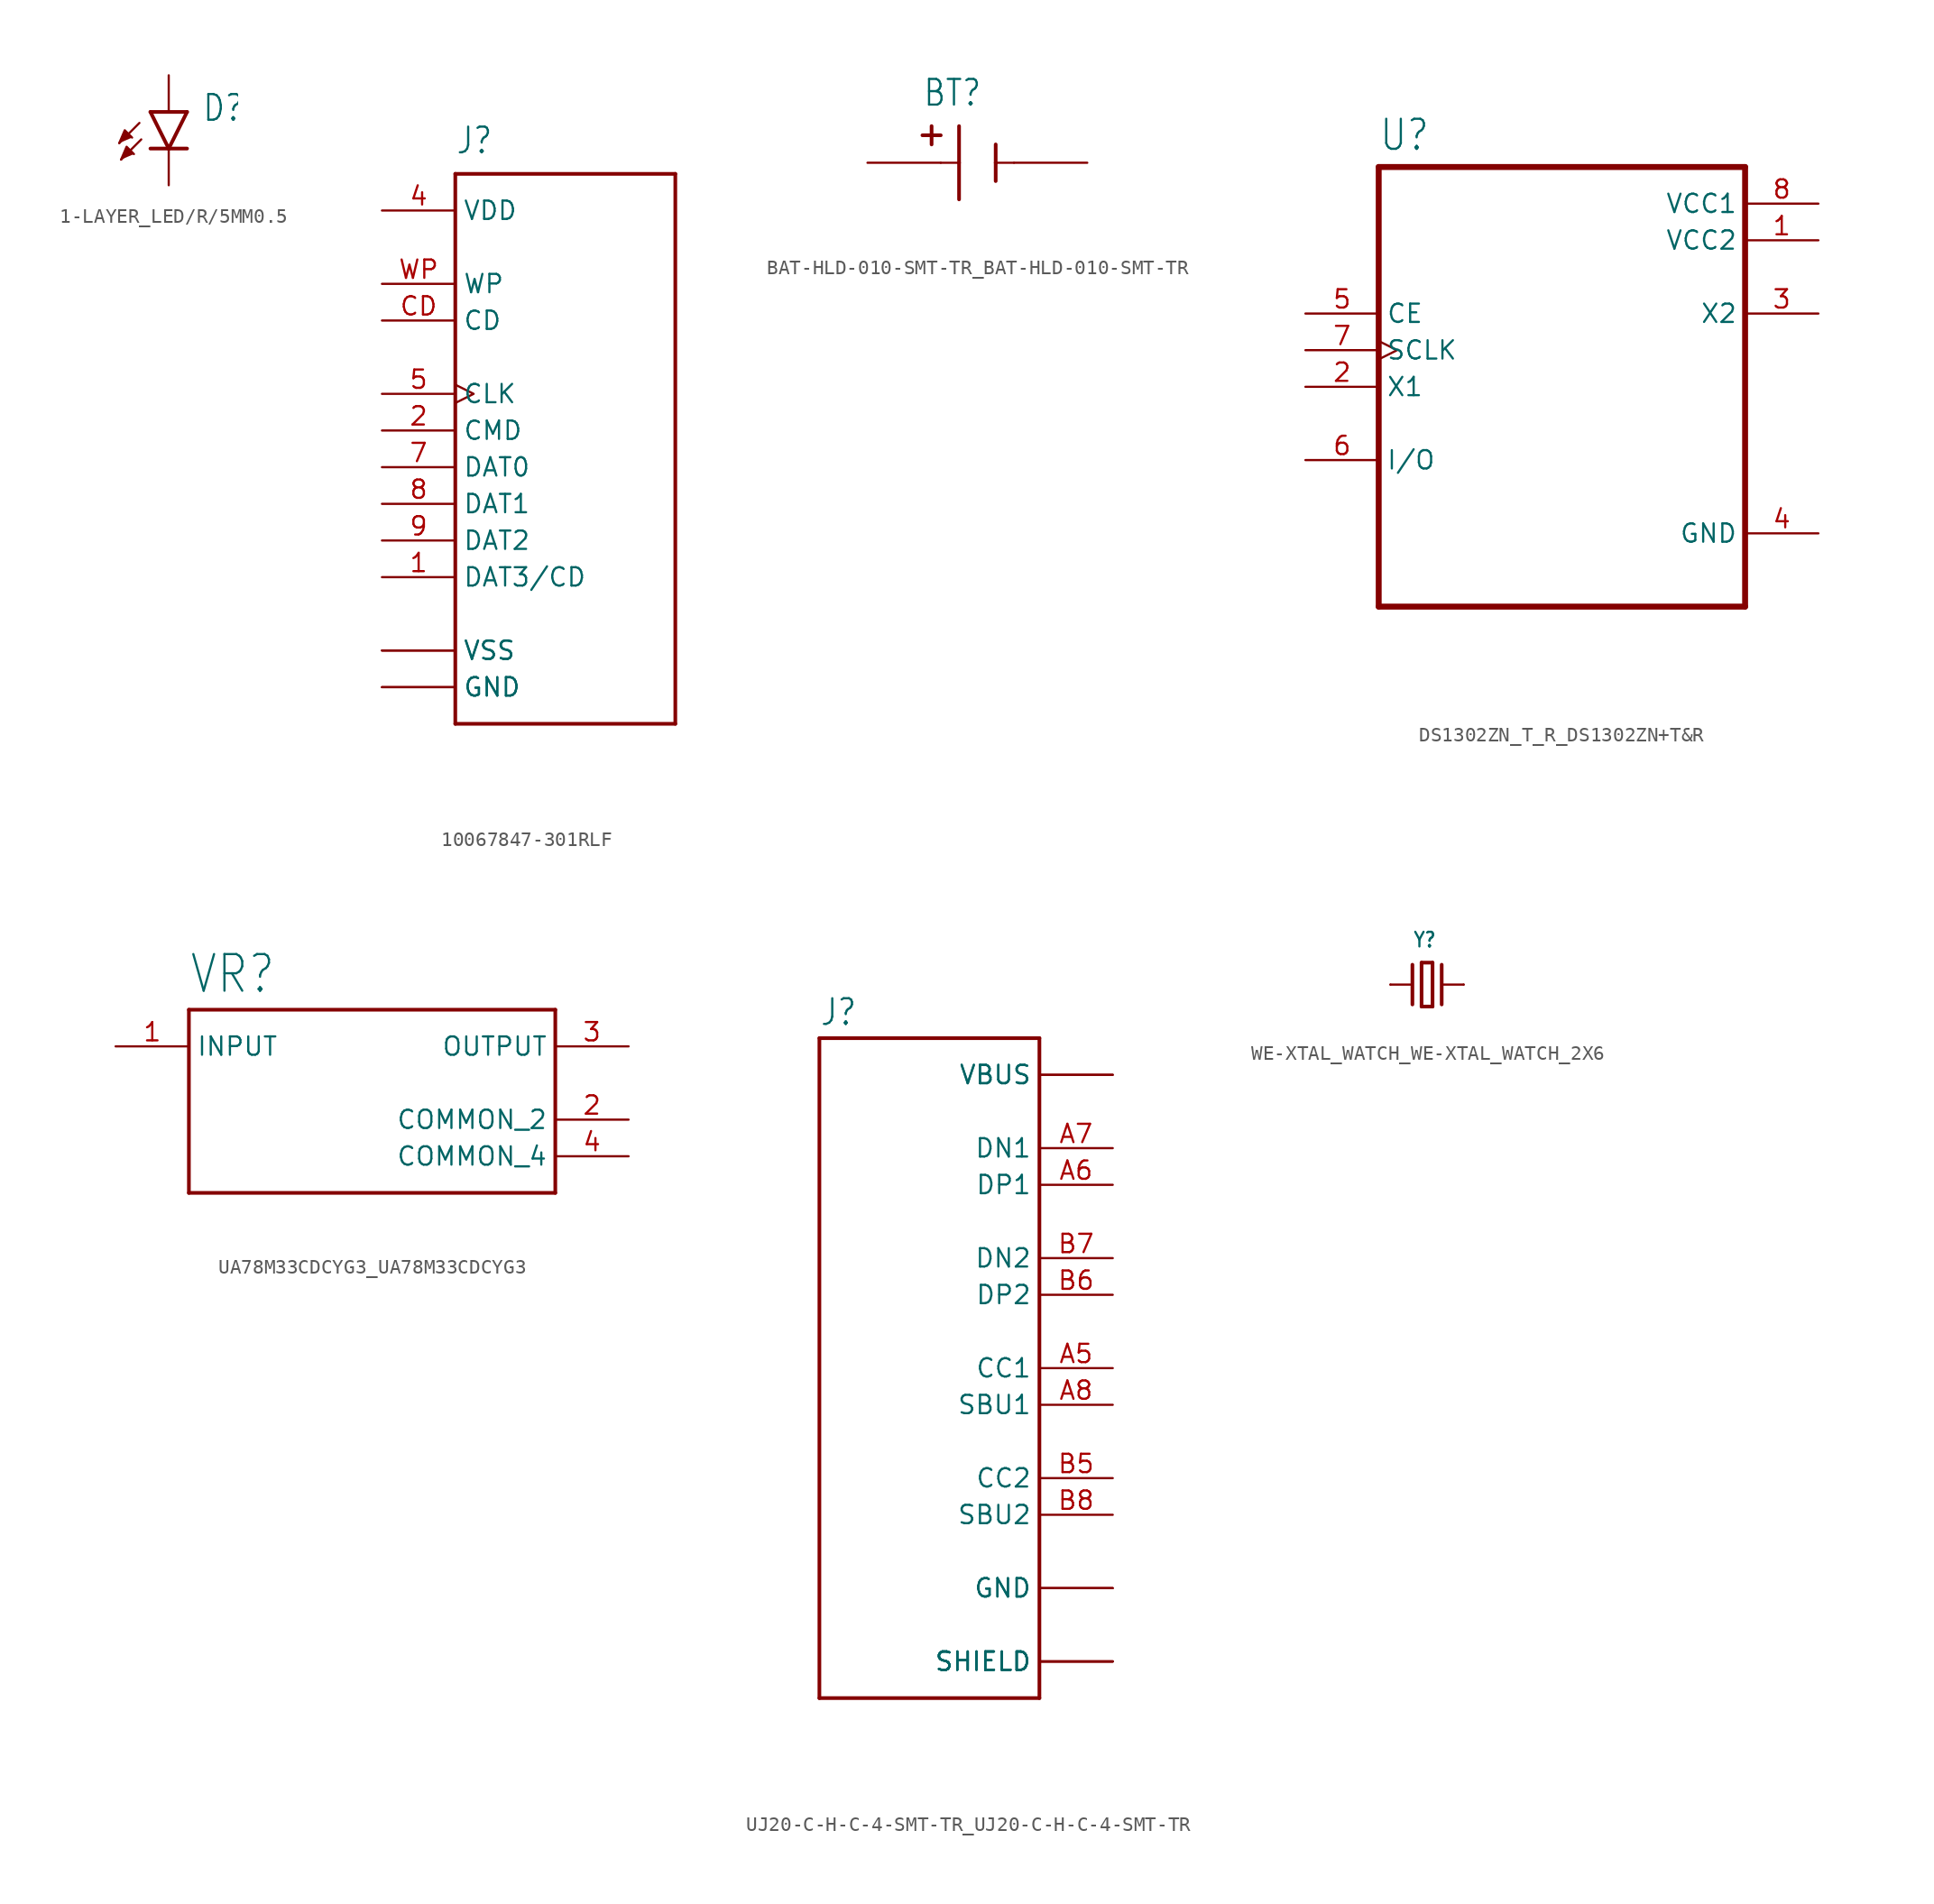
<source format=kicad_sym>
(kicad_symbol_lib
  (version 20231120)
  (generator "kicad_symbol_editor")
  (generator_version "8.0")
  (symbol "1-LAYER_LED/R/5MM0.5"
    (property "Reference" "D"
      (at 2.286 -0.762 0)
      (effects (font (size 1.778 1.511)) (justify left bottom)))
    (property "Value" ""
      (at 1.905 -3.302 0)
      (effects (font (size 1.778 1.511)) (justify left bottom)))
    (property "ki_locked" ""
      (at 0 0 0)
      (effects (font (size 1.27 1.27))))
    (symbol "1-LAYER_LED/R/5MM0.5_1_0"
      (polyline (pts (xy -2.032 -0.762) (xy -3.429 -2.159)) (stroke (width 0.152) (type solid)) (fill (type none)))
      (polyline (pts (xy -1.905 -1.905) (xy -3.302 -3.302)) (stroke (width 0.152) (type solid)) (fill (type none)))
      (polyline (pts (xy 0 -2.54) (xy -1.27 -2.54)) (stroke (width 0.254) (type solid)) (fill (type none)))
      (polyline (pts (xy 0 -2.54) (xy -1.27 0)) (stroke (width 0.254) (type solid)) (fill (type none)))
      (polyline (pts (xy 1.27 -2.54) (xy 0 -2.54)) (stroke (width 0.254) (type solid)) (fill (type none)))
      (polyline (pts (xy 1.27 0) (xy -1.27 0)) (stroke (width 0.254) (type solid)) (fill (type none)))
      (polyline (pts (xy 1.27 0) (xy 0 -2.54)) (stroke (width 0.254) (type solid)) (fill (type none)))
      (polyline (pts (xy -3.429 -2.159) (xy -3.048 -1.27) (xy -2.54 -1.778)) (stroke (width 0.152) (type solid)) (fill (type outline)))
      (polyline (pts (xy -3.302 -3.302) (xy -2.921 -2.413) (xy -2.413 -2.921)) (stroke (width 0.152) (type solid)) (fill (type outline)))
      (pin passive line (at 0 2.54 270) (length 2.54) (name "A" (effects (font (size 0 0)))) (number "1" (effects (font (size 0 0)))))
      (pin passive line (at 0 -5.08 90) (length 2.54) (name "C" (effects (font (size 0 0)))) (number "2" (effects (font (size 0 0)))))))
  (symbol "10067847-301RLF"
    (property "Reference" "J"
      (at -7.62 19.05 0)
      (effects (font (size 1.778 1.511)) (justify left bottom)))
    (property "Value" ""
      (at -7.62 -22.86 0)
      (effects (font (size 1.778 1.511)) (justify left bottom)))
    (property "ki_locked" ""
      (at 0 0 0)
      (effects (font (size 1.27 1.27))))
    (symbol "10067847-301RLF_1_0"
      (polyline (pts (xy -7.62 -20.32) (xy 7.62 -20.32)) (stroke (width 0.254) (type solid)) (fill (type none)))
      (polyline (pts (xy -7.62 17.78) (xy -7.62 -20.32)) (stroke (width 0.254) (type solid)) (fill (type none)))
      (polyline (pts (xy 7.62 -20.32) (xy 7.62 17.78)) (stroke (width 0.254) (type solid)) (fill (type none)))
      (polyline (pts (xy 7.62 17.78) (xy -7.62 17.78)) (stroke (width 0.254) (type solid)) (fill (type none)))
      (pin bidirectional line (at -12.7 -10.16 0) (length 5.08) (name "DAT3/CD" (effects (font (size 1.27 1.27)))) (number "1" (effects (font (size 1.27 1.27)))))
      (pin bidirectional line (at -12.7 0 0) (length 5.08) (name "CMD" (effects (font (size 1.27 1.27)))) (number "2" (effects (font (size 1.27 1.27)))))
      (pin power_in line (at -12.7 -15.24 0) (length 5.08) (name "VSS" (effects (font (size 1.27 1.27)))) (number "3" (effects (font (size 0 0)))))
      (pin power_in line (at -12.7 15.24 0) (length 5.08) (name "VDD" (effects (font (size 1.27 1.27)))) (number "4" (effects (font (size 1.27 1.27)))))
      (pin bidirectional clock (at -12.7 2.54 0) (length 5.08) (name "CLK" (effects (font (size 1.27 1.27)))) (number "5" (effects (font (size 1.27 1.27)))))
      (pin power_in line (at -12.7 -15.24 0) (length 5.08) (name "VSS" (effects (font (size 1.27 1.27)))) (number "6" (effects (font (size 0 0)))))
      (pin bidirectional line (at -12.7 -2.54 0) (length 5.08) (name "DAT0" (effects (font (size 1.27 1.27)))) (number "7" (effects (font (size 1.27 1.27)))))
      (pin bidirectional line (at -12.7 -5.08 0) (length 5.08) (name "DAT1" (effects (font (size 1.27 1.27)))) (number "8" (effects (font (size 1.27 1.27)))))
      (pin bidirectional line (at -12.7 -7.62 0) (length 5.08) (name "DAT2" (effects (font (size 1.27 1.27)))) (number "9" (effects (font (size 1.27 1.27)))))
      (pin input line (at -12.7 7.62 0) (length 5.08) (name "CD" (effects (font (size 1.27 1.27)))) (number "CD" (effects (font (size 1.27 1.27)))))
      (pin power_in line (at -12.7 -17.78 0) (length 5.08) (name "GND" (effects (font (size 1.27 1.27)))) (number "G1" (effects (font (size 0 0)))))
      (pin power_in line (at -12.7 -17.78 0) (length 5.08) (name "GND" (effects (font (size 1.27 1.27)))) (number "G2" (effects (font (size 0 0)))))
      (pin input line (at -12.7 10.16 0) (length 5.08) (name "WP" (effects (font (size 1.27 1.27)))) (number "WP" (effects (font (size 1.27 1.27)))))))
  (symbol "BAT-HLD-010-SMT-TR_BAT-HLD-010-SMT-TR"
    (property "Reference" "BT"
      (at -3.81 3.81 0)
      (effects (font (size 1.778 1.511)) (justify left bottom)))
    (property "Value" ""
      (at -3.81 -5.08 0)
      (effects (font (size 1.778 1.511)) (justify left bottom)))
    (property "ki_locked" ""
      (at 0 0 0)
      (effects (font (size 1.27 1.27))))
    (symbol "BAT-HLD-010-SMT-TR_BAT-HLD-010-SMT-TR_1_0"
      (polyline (pts (xy -3.81 1.905) (xy -2.54 1.905)) (stroke (width 0.254) (type solid)) (fill (type none)))
      (polyline (pts (xy -3.175 2.54) (xy -3.175 1.27)) (stroke (width 0.254) (type solid)) (fill (type none)))
      (polyline (pts (xy -1.27 0) (xy -2.54 0)) (stroke (width 0.152) (type solid)) (fill (type none)))
      (polyline (pts (xy -1.27 0) (xy -1.27 -2.54)) (stroke (width 0.254) (type solid)) (fill (type none)))
      (polyline (pts (xy -1.27 2.54) (xy -1.27 0)) (stroke (width 0.254) (type solid)) (fill (type none)))
      (polyline (pts (xy 1.27 0) (xy 1.27 -1.27)) (stroke (width 0.254) (type solid)) (fill (type none)))
      (polyline (pts (xy 1.27 0) (xy 2.54 0)) (stroke (width 0.152) (type solid)) (fill (type none)))
      (polyline (pts (xy 1.27 1.27) (xy 1.27 0)) (stroke (width 0.254) (type solid)) (fill (type none)))
      (pin passive line (at 7.62 0 180) (length 5.08) (name "N" (effects (font (size 0 0)))) (number "N" (effects (font (size 0 0)))))
      (pin passive line (at -7.62 0 0) (length 5.08) (name "P" (effects (font (size 0 0)))) (number "P" (effects (font (size 0 0)))))))
  (symbol "DS1302ZN_T_R_DS1302ZN+T&R"
    (property "Reference" "U"
      (at -12.7 16.24 0)
      (effects (font (size 2.083 1.77)) (justify left bottom)))
    (property "Value" ""
      (at -12.7 -19.24 0)
      (effects (font (size 2.083 1.77)) (justify left bottom)))
    (property "ki_locked" ""
      (at 0 0 0)
      (effects (font (size 1.27 1.27))))
    (symbol "DS1302ZN_T_R_DS1302ZN+T&R_1_0"
      (polyline (pts (xy -12.7 -15.24) (xy -12.7 15.24)) (stroke (width 0.41) (type solid)) (fill (type none)))
      (polyline (pts (xy -12.7 15.24) (xy 12.7 15.24)) (stroke (width 0.41) (type solid)) (fill (type none)))
      (polyline (pts (xy 12.7 -15.24) (xy -12.7 -15.24)) (stroke (width 0.41) (type solid)) (fill (type none)))
      (polyline (pts (xy 12.7 15.24) (xy 12.7 -15.24)) (stroke (width 0.41) (type solid)) (fill (type none)))
      (pin power_in line (at 17.78 10.16 180) (length 5.08) (name "VCC2" (effects (font (size 1.27 1.27)))) (number "1" (effects (font (size 1.27 1.27)))))
      (pin input line (at -17.78 0 0) (length 5.08) (name "X1" (effects (font (size 1.27 1.27)))) (number "2" (effects (font (size 1.27 1.27)))))
      (pin output line (at 17.78 5.08 180) (length 5.08) (name "X2" (effects (font (size 1.27 1.27)))) (number "3" (effects (font (size 1.27 1.27)))))
      (pin power_in line (at 17.78 -10.16 180) (length 5.08) (name "GND" (effects (font (size 1.27 1.27)))) (number "4" (effects (font (size 1.27 1.27)))))
      (pin input line (at -17.78 5.08 0) (length 5.08) (name "CE" (effects (font (size 1.27 1.27)))) (number "5" (effects (font (size 1.27 1.27)))))
      (pin bidirectional line (at -17.78 -5.08 0) (length 5.08) (name "I/O" (effects (font (size 1.27 1.27)))) (number "6" (effects (font (size 1.27 1.27)))))
      (pin input clock (at -17.78 2.54 0) (length 5.08) (name "SCLK" (effects (font (size 1.27 1.27)))) (number "7" (effects (font (size 1.27 1.27)))))
      (pin power_in line (at 17.78 12.7 180) (length 5.08) (name "VCC1" (effects (font (size 1.27 1.27)))) (number "8" (effects (font (size 1.27 1.27)))))))
  (symbol "UA78M33CDCYG3_UA78M33CDCYG3"
    (property "Reference" "VR"
      (at -12.7 6.08 0)
      (effects (font (size 2.54 2.159)) (justify left bottom)))
    (property "Value" ""
      (at -12.7 -9.08 0)
      (effects (font (size 2.54 2.159)) (justify left top)))
    (property "ki_locked" ""
      (at 0 0 0)
      (effects (font (size 1.27 1.27))))
    (symbol "UA78M33CDCYG3_UA78M33CDCYG3_1_0"
      (polyline (pts (xy -12.7 -7.62) (xy -12.7 5.08)) (stroke (width 0.254) (type solid)) (fill (type none)))
      (polyline (pts (xy -12.7 5.08) (xy 12.7 5.08)) (stroke (width 0.254) (type solid)) (fill (type none)))
      (polyline (pts (xy 12.7 -7.62) (xy -12.7 -7.62)) (stroke (width 0.254) (type solid)) (fill (type none)))
      (polyline (pts (xy 12.7 5.08) (xy 12.7 -7.62)) (stroke (width 0.254) (type solid)) (fill (type none)))
      (pin input line (at -17.78 2.54 0) (length 5.08) (name "INPUT" (effects (font (size 1.27 1.27)))) (number "1" (effects (font (size 1.27 1.27)))))
      (pin power_in line (at 17.78 -2.54 180) (length 5.08) (name "COMMON_2" (effects (font (size 1.27 1.27)))) (number "2" (effects (font (size 1.27 1.27)))))
      (pin output line (at 17.78 2.54 180) (length 5.08) (name "OUTPUT" (effects (font (size 1.27 1.27)))) (number "3" (effects (font (size 1.27 1.27)))))
      (pin power_in line (at 17.78 -5.08 180) (length 5.08) (name "COMMON_4" (effects (font (size 1.27 1.27)))) (number "4" (effects (font (size 1.27 1.27)))))))
  (symbol "UJ20-C-H-C-4-SMT-TR_UJ20-C-H-C-4-SMT-TR"
    (property "Reference" "J"
      (at -7.62 23.622 0)
      (effects (font (size 1.778 1.511)) (justify left bottom)))
    (property "Value" ""
      (at -7.62 -25.4 0)
      (effects (font (size 1.778 1.511)) (justify left bottom)))
    (property "ki_locked" ""
      (at 0 0 0)
      (effects (font (size 1.27 1.27))))
    (symbol "UJ20-C-H-C-4-SMT-TR_UJ20-C-H-C-4-SMT-TR_1_0"
      (polyline (pts (xy -7.62 -22.86) (xy -7.62 22.86)) (stroke (width 0.254) (type solid)) (fill (type none)))
      (polyline (pts (xy -7.62 22.86) (xy 7.62 22.86)) (stroke (width 0.254) (type solid)) (fill (type none)))
      (polyline (pts (xy 7.62 -22.86) (xy -7.62 -22.86)) (stroke (width 0.254) (type solid)) (fill (type none)))
      (polyline (pts (xy 7.62 22.86) (xy 7.62 -22.86)) (stroke (width 0.254) (type solid)) (fill (type none)))
      (pin passive line (at 12.7 -15.24 180) (length 5.08) (name "GND" (effects (font (size 1.27 1.27)))) (number "A12_B1" (effects (font (size 0 0)))))
      (pin passive line (at 12.7 -15.24 180) (length 5.08) (name "GND" (effects (font (size 1.27 1.27)))) (number "A1_B12" (effects (font (size 0 0)))))
      (pin passive line (at 12.7 20.32 180) (length 5.08) (name "VBUS" (effects (font (size 1.27 1.27)))) (number "A4_B9" (effects (font (size 0 0)))))
      (pin passive line (at 12.7 0 180) (length 5.08) (name "CC1" (effects (font (size 1.27 1.27)))) (number "A5" (effects (font (size 1.27 1.27)))))
      (pin passive line (at 12.7 12.7 180) (length 5.08) (name "DP1" (effects (font (size 1.27 1.27)))) (number "A6" (effects (font (size 1.27 1.27)))))
      (pin passive line (at 12.7 15.24 180) (length 5.08) (name "DN1" (effects (font (size 1.27 1.27)))) (number "A7" (effects (font (size 1.27 1.27)))))
      (pin passive line (at 12.7 -2.54 180) (length 5.08) (name "SBU1" (effects (font (size 1.27 1.27)))) (number "A8" (effects (font (size 1.27 1.27)))))
      (pin passive line (at 12.7 20.32 180) (length 5.08) (name "VBUS" (effects (font (size 1.27 1.27)))) (number "A9_B4" (effects (font (size 0 0)))))
      (pin passive line (at 12.7 -7.62 180) (length 5.08) (name "CC2" (effects (font (size 1.27 1.27)))) (number "B5" (effects (font (size 1.27 1.27)))))
      (pin passive line (at 12.7 5.08 180) (length 5.08) (name "DP2" (effects (font (size 1.27 1.27)))) (number "B6" (effects (font (size 1.27 1.27)))))
      (pin passive line (at 12.7 7.62 180) (length 5.08) (name "DN2" (effects (font (size 1.27 1.27)))) (number "B7" (effects (font (size 1.27 1.27)))))
      (pin passive line (at 12.7 -10.16 180) (length 5.08) (name "SBU2" (effects (font (size 1.27 1.27)))) (number "B8" (effects (font (size 1.27 1.27)))))
      (pin passive line (at 12.7 -20.32 180) (length 5.08) (name "SHIELD" (effects (font (size 1.27 1.27)))) (number "SH1" (effects (font (size 0 0)))))
      (pin passive line (at 12.7 -20.32 180) (length 5.08) (name "SHIELD" (effects (font (size 1.27 1.27)))) (number "SH2" (effects (font (size 0 0)))))
      (pin passive line (at 12.7 -20.32 180) (length 5.08) (name "SHIELD" (effects (font (size 1.27 1.27)))) (number "SH3" (effects (font (size 0 0)))))
      (pin passive line (at 12.7 -20.32 180) (length 5.08) (name "SHIELD" (effects (font (size 1.27 1.27)))) (number "SH4" (effects (font (size 0 0)))))))
  (symbol "WE-XTAL_WATCH_WE-XTAL_WATCH_2X6"
    (property "Reference" "Y"
      (at -0.16 2.516 0)
      (effects (font (size 1.016 0.864)) (justify bottom)))
    (property "Value" ""
      (at -2.66 -3.04 0)
      (effects (font (size 1.016 0.864)) (justify left bottom)))
    (property "ki_locked" ""
      (at 0 0 0)
      (effects (font (size 1.27 1.27))))
    (symbol "WE-XTAL_WATCH_WE-XTAL_WATCH_2X6_1_0"
      (polyline (pts (xy -2.54 0) (xy -1.016 0)) (stroke (width 0.152) (type solid)) (fill (type none)))
      (polyline (pts (xy -1.016 1.378) (xy -1.016 -1.378)) (stroke (width 0.254) (type solid)) (fill (type none)))
      (polyline (pts (xy -0.381 -1.524) (xy 0.381 -1.524)) (stroke (width 0.254) (type solid)) (fill (type none)))
      (polyline (pts (xy -0.381 1.524) (xy -0.381 -1.524)) (stroke (width 0.254) (type solid)) (fill (type none)))
      (polyline (pts (xy 0.381 -1.524) (xy 0.381 1.524)) (stroke (width 0.254) (type solid)) (fill (type none)))
      (polyline (pts (xy 0.381 1.524) (xy -0.381 1.524)) (stroke (width 0.254) (type solid)) (fill (type none)))
      (polyline (pts (xy 1.016 0) (xy 2.54 0)) (stroke (width 0.152) (type solid)) (fill (type none)))
      (polyline (pts (xy 1.016 1.378) (xy 1.016 -1.378)) (stroke (width 0.254) (type solid)) (fill (type none)))
      (pin passive line (at -2.54 0 0) (length 0) (name "1" (effects (font (size 0 0)))) (number "1" (effects (font (size 0 0)))))
      (pin passive line (at 2.54 0 180) (length 0) (name "2" (effects (font (size 0 0)))) (number "2" (effects (font (size 0 0))))))))
</source>
